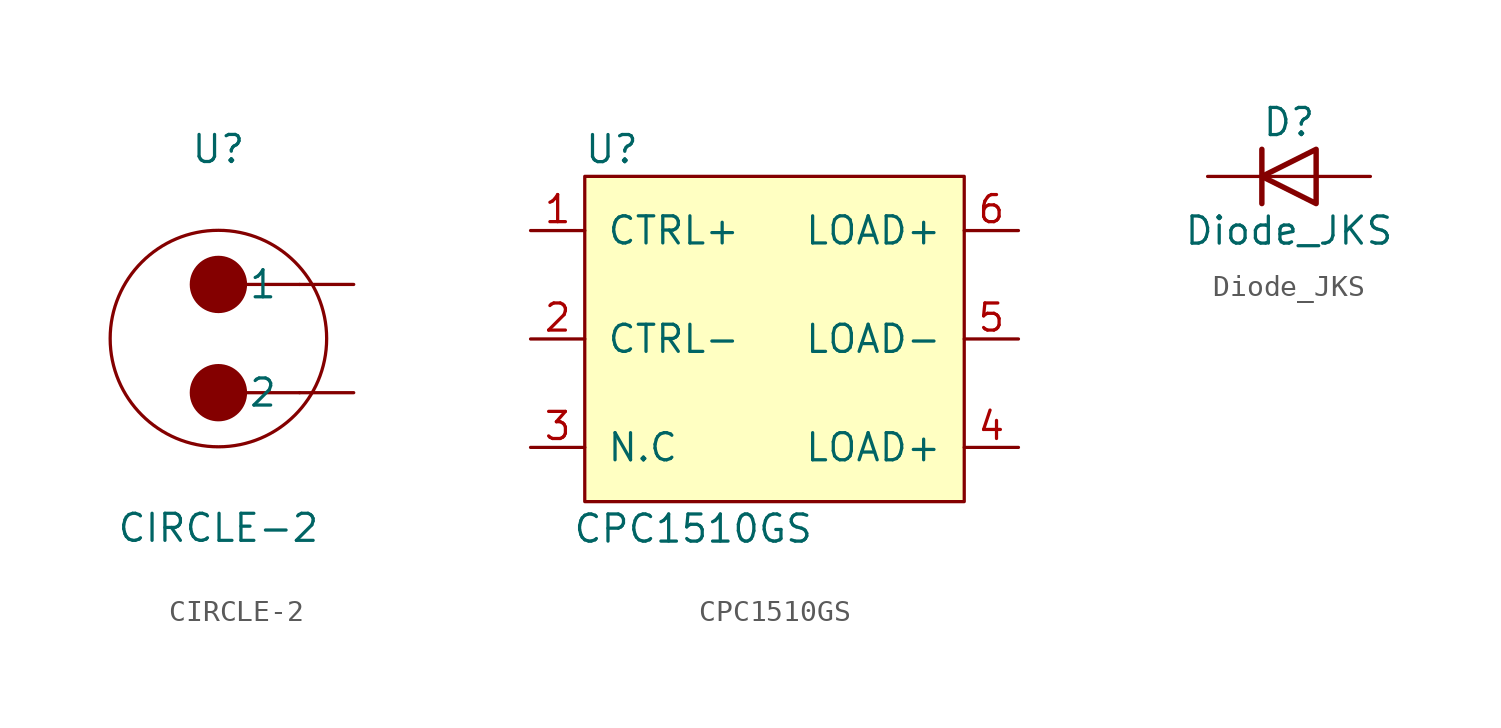
<source format=kicad_sym>
(kicad_symbol_lib
  (version 20211014)
  (generator kicad_symbol_editor)
  (symbol "CIRCLE-2"
    (pin_names
      (offset 1.016))
    (property "Reference" "U"
      (at 0 8.89 0)
      (effects (font (size 1.27 1.27))))
    (property "Value" "CIRCLE-2"
      (at 0 -8.89 0)
      (effects (font (size 1.27 1.27))))
    (symbol "CIRCLE-2_0_1"
      (circle (center 0 -2.54) (radius 1.27) (stroke (width 0) (type default) (color 0 0 0 0)) (fill (type outline)))
      (polyline (pts (xy 3.81 -2.54) (xy 1.27 -2.54)) (stroke (width 0) (type default) (color 0 0 0 0)) (fill (type none)))
      (polyline (pts (xy 3.81 2.54) (xy 1.27 2.54)) (stroke (width 0) (type default) (color 0 0 0 0)) (fill (type none)))
      (circle (center 0 0) (radius 5.08) (stroke (width 0) (type default) (color 0 0 0 0)) (fill (type none)))
      (circle (center 0 2.54) (radius 1.27) (stroke (width 0) (type default) (color 0 0 0 0)) (fill (type outline))))
    (symbol "CIRCLE-2_1_1"
      (pin input line (at 6.35 2.54 180) (length 2.54) (name "1" (effects (font (size 1.27 1.27)))) (number "~" (effects (font (size 1.27 1.27)))))
      (pin input line (at 6.35 -2.54 180) (length 2.54) (name "2" (effects (font (size 1.27 1.27)))) (number "~" (effects (font (size 1.27 1.27)))))))
  (symbol "CPC1510GS"
    (pin_names
      (offset 1.016))
    (property "Reference" "U"
      (at -7.62 8.89 0)
      (effects (font (size 1.27 1.27))))
    (property "Value" "CPC1510GS"
      (at -3.81 -8.89 0)
      (effects (font (size 1.27 1.27))))
    (symbol "CPC1510GS_1_1"
      (rectangle (start 8.89 -7.62) (end -8.89 7.62) (stroke (width 0) (type default) (color 0 0 0 0)) (fill (type background)))
      (pin passive line (at -11.43 5.08 0) (length 2.54) (name "CTRL+" (effects (font (size 1.27 1.27)))) (number "1" (effects (font (size 1.27 1.27)))))
      (pin passive line (at -11.43 0 0) (length 2.54) (name "CTRL-" (effects (font (size 1.27 1.27)))) (number "2" (effects (font (size 1.27 1.27)))))
      (pin passive line (at -11.43 -5.08 0) (length 2.54) (name "N.C" (effects (font (size 1.27 1.27)))) (number "3" (effects (font (size 1.27 1.27)))))
      (pin passive line (at 11.43 -5.08 180) (length 2.54) (name "LOAD+" (effects (font (size 1.27 1.27)))) (number "4" (effects (font (size 1.27 1.27)))))
      (pin passive line (at 11.43 0 180) (length 2.54) (name "LOAD-" (effects (font (size 1.27 1.27)))) (number "5" (effects (font (size 1.27 1.27)))))
      (pin passive line (at 11.43 5.08 180) (length 2.54) (name "LOAD+" (effects (font (size 1.27 1.27)))) (number "6" (effects (font (size 1.27 1.27)))))))
  (symbol "Diode_JKS"
    (pin_numbers hide)
    (pin_names
      (offset 1.016) hide)
    (property "Reference" "D"
      (at 0 2.54 0)
      (effects (font (size 1.27 1.27))))
    (property "Value" "Diode_JKS"
      (at 0 -2.54 0)
      (effects (font (size 1.27 1.27))))
    (symbol "Diode_JKS_1_1"
      (polyline (pts (xy -1.27 1.27) (xy -1.27 -1.27)) (stroke (width 0.254) (type default) (color 0 0 0 0)) (fill (type none)))
      (polyline (pts (xy 1.27 0) (xy -1.27 0)) (stroke (width 0) (type default) (color 0 0 0 0)) (fill (type none)))
      (polyline (pts (xy 1.27 1.27) (xy 1.27 -1.27) (xy -1.27 0) (xy 1.27 1.27)) (stroke (width 0.254) (type default) (color 0 0 0 0)) (fill (type none)))
      (pin passive line (at 3.81 0 180) (length 2.54) (name "A" (effects (font (size 1.27 1.27)))) (number "1" (effects (font (size 1.27 1.27)))))
      (pin passive line (at -3.81 0 0) (length 2.54) (name "K" (effects (font (size 1.27 1.27)))) (number "2" (effects (font (size 1.27 1.27))))))))
</source>
